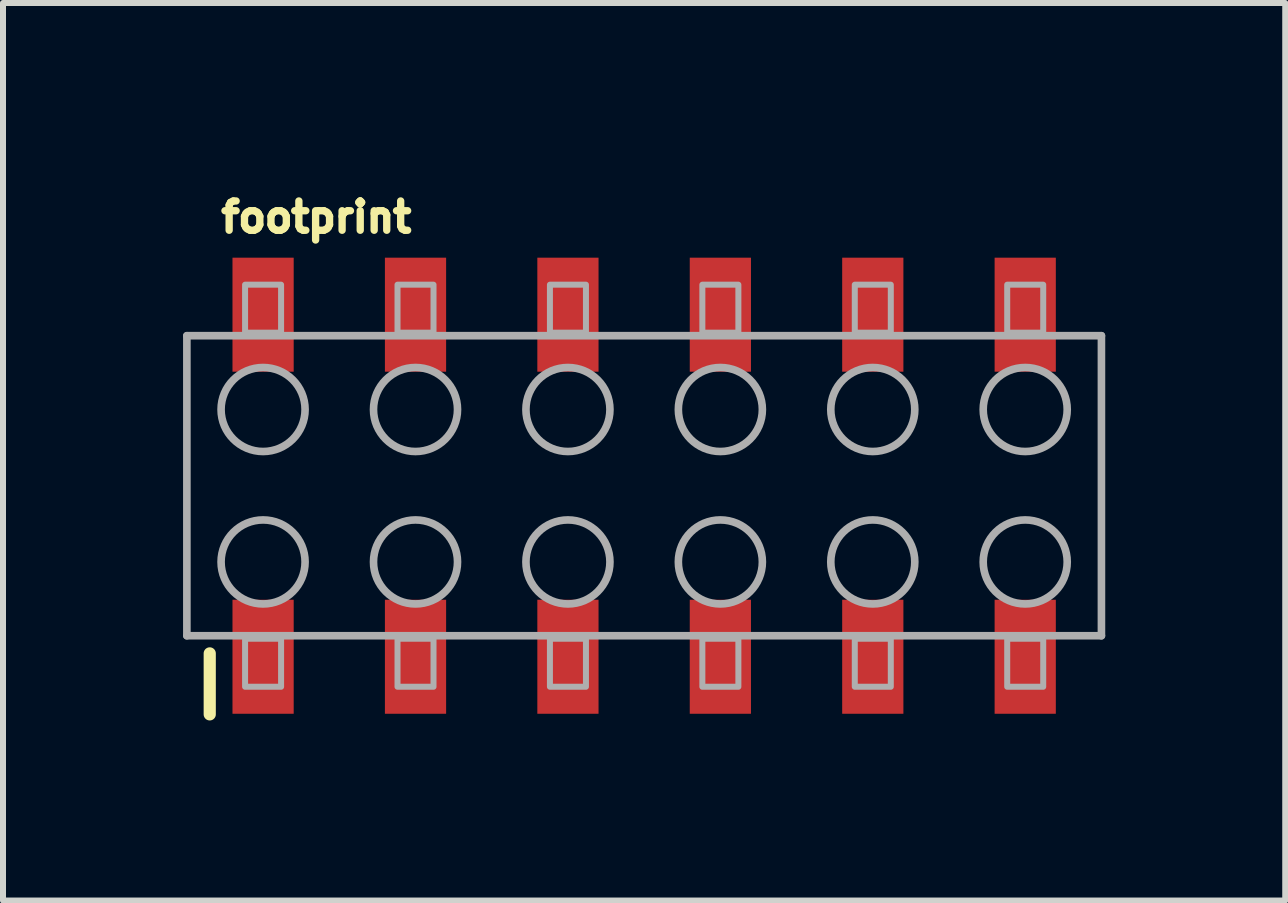
<source format=kicad_pcb>
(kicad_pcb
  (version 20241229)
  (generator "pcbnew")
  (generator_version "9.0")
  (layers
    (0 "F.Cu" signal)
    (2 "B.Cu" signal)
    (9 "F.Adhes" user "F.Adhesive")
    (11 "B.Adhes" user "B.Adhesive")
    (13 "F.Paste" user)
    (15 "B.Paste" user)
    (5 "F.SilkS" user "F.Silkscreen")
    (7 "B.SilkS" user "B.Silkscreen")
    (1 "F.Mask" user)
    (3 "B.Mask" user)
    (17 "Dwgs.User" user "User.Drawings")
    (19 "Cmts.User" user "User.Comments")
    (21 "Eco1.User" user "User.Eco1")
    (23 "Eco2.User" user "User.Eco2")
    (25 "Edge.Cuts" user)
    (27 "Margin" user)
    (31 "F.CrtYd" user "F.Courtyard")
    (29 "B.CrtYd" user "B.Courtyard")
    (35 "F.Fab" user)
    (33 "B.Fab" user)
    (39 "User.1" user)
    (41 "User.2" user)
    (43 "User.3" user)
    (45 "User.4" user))
  (footprint "footprint"
    (layer "F.Cu")
    (at 7.684 5.044)
    (property "Reference" "footprint" (at -7.112 -4.191 0) (layer "F.SilkS") (effects (font (size 0.488 0.488) (thickness 0.122)) (justify left bottom)))
    (fp_line (start -7.239 3.81) (end -7.239 2.794) (stroke (width 0.203) (type solid)) (layer "F.SilkS"))
    (fp_line (start -7.62 -2.5) (end 7.62 -2.5) (stroke (width 0.127) (type solid)) (layer "F.Fab"))
    (fp_line (start -7.62 2.5) (end -7.62 -2.5) (stroke (width 0.127) (type solid)) (layer "F.Fab"))
    (fp_line (start 7.62 -2.5) (end 7.62 2.5) (stroke (width 0.127) (type solid)) (layer "F.Fab"))
    (fp_line (start 7.62 2.5) (end -7.62 2.5) (stroke (width 0.127) (type solid)) (layer "F.Fab"))
    (fp_circle (center -6.35 -1.27) (end -5.65 -1.27) (stroke (width 0.127) (type solid)) (fill no) (layer "F.Fab"))
    (fp_circle (center -6.35 1.27) (end -5.65 1.27) (stroke (width 0.127) (type solid)) (fill no) (layer "F.Fab"))
    (fp_circle (center -3.81 -1.27) (end -3.11 -1.27) (stroke (width 0.127) (type solid)) (fill no) (layer "F.Fab"))
    (fp_circle (center -3.81 1.27) (end -3.11 1.27) (stroke (width 0.127) (type solid)) (fill no) (layer "F.Fab"))
    (fp_circle (center -1.27 -1.27) (end -0.57 -1.27) (stroke (width 0.127) (type solid)) (fill no) (layer "F.Fab"))
    (fp_circle (center -1.27 1.27) (end -0.57 1.27) (stroke (width 0.127) (type solid)) (fill no) (layer "F.Fab"))
    (fp_circle (center 1.27 -1.27) (end 1.97 -1.27) (stroke (width 0.127) (type solid)) (fill no) (layer "F.Fab"))
    (fp_circle (center 1.27 1.27) (end 1.97 1.27) (stroke (width 0.127) (type solid)) (fill no) (layer "F.Fab"))
    (fp_circle (center 3.81 -1.27) (end 4.51 -1.27) (stroke (width 0.127) (type solid)) (fill no) (layer "F.Fab"))
    (fp_circle (center 3.81 1.27) (end 4.51 1.27) (stroke (width 0.127) (type solid)) (fill no) (layer "F.Fab"))
    (fp_circle (center 6.35 -1.27) (end 7.05 -1.27) (stroke (width 0.127) (type solid)) (fill no) (layer "F.Fab"))
    (fp_circle (center 6.35 1.27) (end 7.05 1.27) (stroke (width 0.127) (type solid)) (fill no) (layer "F.Fab"))
    (fp_poly (pts (xy -6.65 -2.55) (xy -6.05 -2.55) (xy -6.05 -3.35) (xy -6.65 -3.35)) (stroke (width 0.1) (type solid)) (fill no) (layer "F.Fab"))
    (fp_poly (pts (xy -6.05 2.55) (xy -6.65 2.55) (xy -6.65 3.35) (xy -6.05 3.35)) (stroke (width 0.1) (type solid)) (fill no) (layer "F.Fab"))
    (fp_poly (pts (xy -4.11 -2.55) (xy -3.51 -2.55) (xy -3.51 -3.35) (xy -4.11 -3.35)) (stroke (width 0.1) (type solid)) (fill no) (layer "F.Fab"))
    (fp_poly (pts (xy -3.51 2.55) (xy -4.11 2.55) (xy -4.11 3.35) (xy -3.51 3.35)) (stroke (width 0.1) (type solid)) (fill no) (layer "F.Fab"))
    (fp_poly (pts (xy -1.57 -2.55) (xy -0.97 -2.55) (xy -0.97 -3.35) (xy -1.57 -3.35)) (stroke (width 0.1) (type solid)) (fill no) (layer "F.Fab"))
    (fp_poly (pts (xy -0.97 2.55) (xy -1.57 2.55) (xy -1.57 3.35) (xy -0.97 3.35)) (stroke (width 0.1) (type solid)) (fill no) (layer "F.Fab"))
    (fp_poly (pts (xy 0.97 -2.55) (xy 1.57 -2.55) (xy 1.57 -3.35) (xy 0.97 -3.35)) (stroke (width 0.1) (type solid)) (fill no) (layer "F.Fab"))
    (fp_poly (pts (xy 1.57 2.55) (xy 0.97 2.55) (xy 0.97 3.35) (xy 1.57 3.35)) (stroke (width 0.1) (type solid)) (fill no) (layer "F.Fab"))
    (fp_poly (pts (xy 3.51 -2.55) (xy 4.11 -2.55) (xy 4.11 -3.35) (xy 3.51 -3.35)) (stroke (width 0.1) (type solid)) (fill no) (layer "F.Fab"))
    (fp_poly (pts (xy 4.11 2.55) (xy 3.51 2.55) (xy 3.51 3.35) (xy 4.11 3.35)) (stroke (width 0.1) (type solid)) (fill no) (layer "F.Fab"))
    (fp_poly (pts (xy 6.05 -2.55) (xy 6.65 -2.55) (xy 6.65 -3.35) (xy 6.05 -3.35)) (stroke (width 0.1) (type solid)) (fill no) (layer "F.Fab"))
    (fp_poly (pts (xy 6.65 2.55) (xy 6.05 2.55) (xy 6.05 3.35) (xy 6.65 3.35)) (stroke (width 0.1) (type solid)) (fill no) (layer "F.Fab"))
    (pad "1" smd rect (at -6.35 2.85) (size 1.02 1.9) (layers "F.Cu" "F.Mask" "F.Paste"))
    (pad "2" smd rect (at -6.35 -2.85) (size 1.02 1.9) (layers "F.Cu" "F.Mask" "F.Paste"))
    (pad "3" smd rect (at -3.81 2.85) (size 1.02 1.9) (layers "F.Cu" "F.Mask" "F.Paste"))
    (pad "4" smd rect (at -3.81 -2.85) (size 1.02 1.9) (layers "F.Cu" "F.Mask" "F.Paste"))
    (pad "5" smd rect (at -1.27 2.85) (size 1.02 1.9) (layers "F.Cu" "F.Mask" "F.Paste"))
    (pad "6" smd rect (at -1.27 -2.85) (size 1.02 1.9) (layers "F.Cu" "F.Mask" "F.Paste"))
    (pad "7" smd rect (at 1.27 2.85) (size 1.02 1.9) (layers "F.Cu" "F.Mask" "F.Paste"))
    (pad "8" smd rect (at 1.27 -2.85) (size 1.02 1.9) (layers "F.Cu" "F.Mask" "F.Paste"))
    (pad "9" smd rect (at 3.81 2.85) (size 1.02 1.9) (layers "F.Cu" "F.Mask" "F.Paste"))
    (pad "10" smd rect (at 3.81 -2.85) (size 1.02 1.9) (layers "F.Cu" "F.Mask" "F.Paste"))
    (pad "11" smd rect (at 6.35 2.85) (size 1.02 1.9) (layers "F.Cu" "F.Mask" "F.Paste"))
    (pad "12" smd rect (at 6.35 -2.85) (size 1.02 1.9) (layers "F.Cu" "F.Mask" "F.Paste")))
  (gr_rect
    (start -3 -3)
    (end 18.367 11.956)
    (stroke (width 0.1) (type default))
    (fill no)
    (layer "Edge.Cuts")))
</source>
